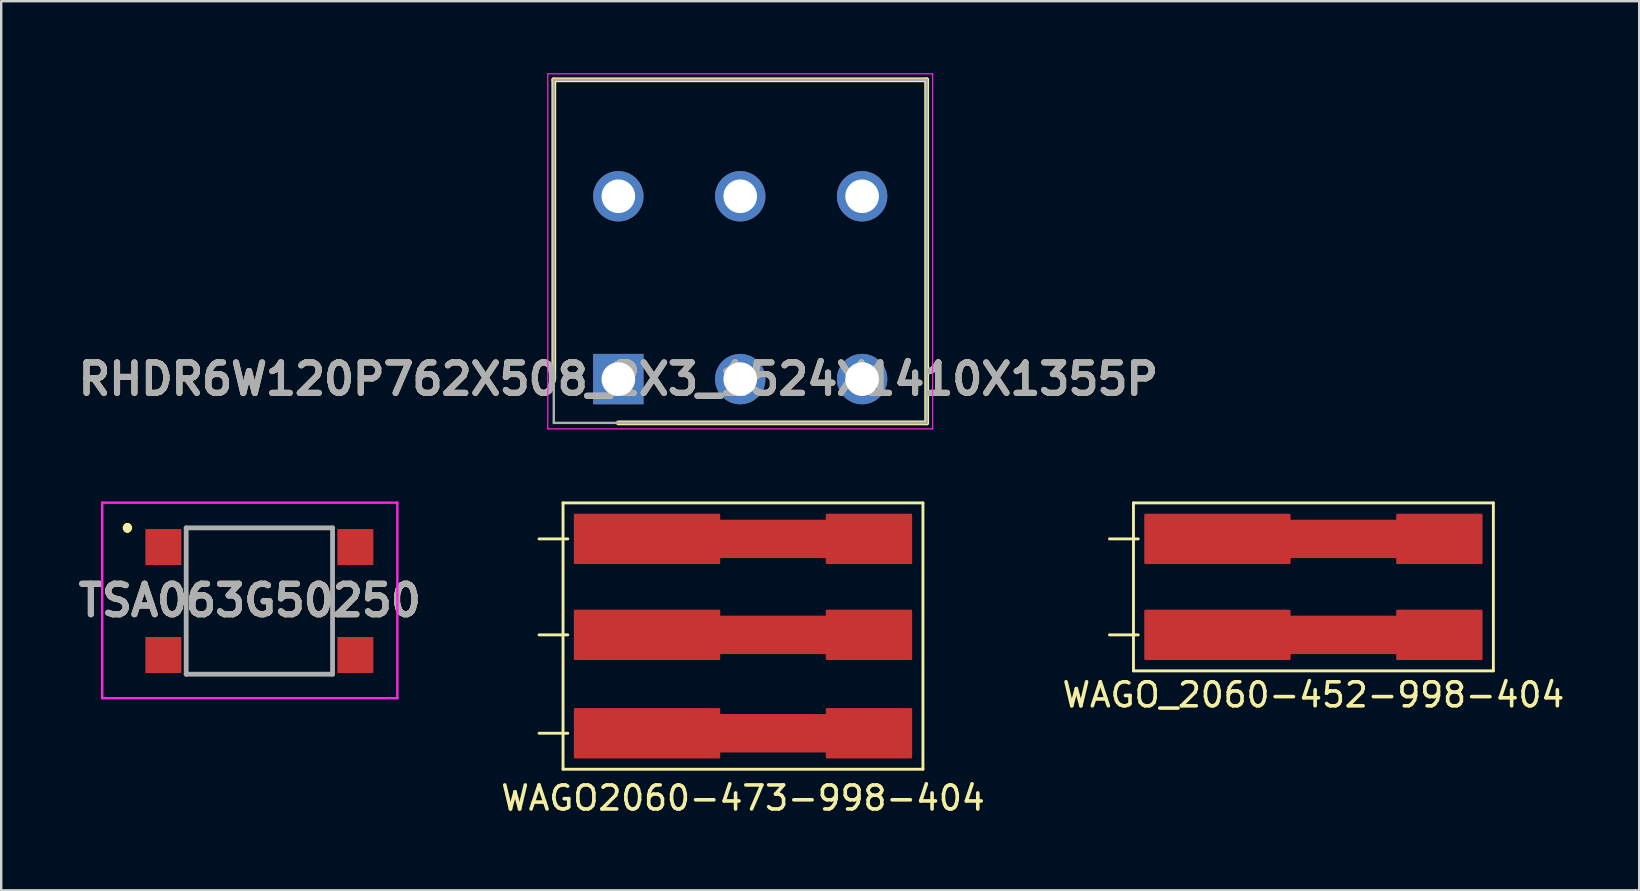
<source format=kicad_pcb>
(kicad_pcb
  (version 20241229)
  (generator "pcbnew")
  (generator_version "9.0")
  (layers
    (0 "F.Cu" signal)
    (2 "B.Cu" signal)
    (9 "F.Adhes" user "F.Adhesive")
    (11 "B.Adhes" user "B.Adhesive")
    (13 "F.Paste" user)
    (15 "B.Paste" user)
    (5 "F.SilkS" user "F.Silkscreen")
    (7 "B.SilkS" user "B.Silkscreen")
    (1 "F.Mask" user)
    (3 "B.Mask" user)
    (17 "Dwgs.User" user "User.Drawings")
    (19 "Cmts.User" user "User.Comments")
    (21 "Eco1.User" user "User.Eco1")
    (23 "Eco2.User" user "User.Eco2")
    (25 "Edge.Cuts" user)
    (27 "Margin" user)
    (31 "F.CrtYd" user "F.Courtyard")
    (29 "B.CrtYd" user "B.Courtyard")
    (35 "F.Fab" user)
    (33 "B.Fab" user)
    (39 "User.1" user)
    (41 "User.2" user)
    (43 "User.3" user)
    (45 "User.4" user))
  (footprint "WAGO2060-473-998-404"
    (layer "F.Cu")
    (at 27.916 23.41)
    (property "Reference" "WAGO2060-473-998-404" (at 0 6.8 0) (layer "F.SilkS") (effects (font (size 1 1) (thickness 0.15))))
    (attr smd)
    (fp_poly (pts (xy -7 -3) (xy -7 -5) (xy -1 -5) (xy -1 -3)) (stroke (width 0.1) (type solid)) (fill yes) (layer "F.Cu"))
    (fp_poly (pts (xy -7 -1) (xy -7 1) (xy -1 1) (xy -1 -1)) (stroke (width 0.1) (type solid)) (fill yes) (layer "F.Cu"))
    (fp_poly (pts (xy -7 3.1) (xy -7 5.1) (xy -1 5.1) (xy -1 3.1)) (stroke (width 0.1) (type solid)) (fill yes) (layer "F.Cu"))
    (fp_poly (pts (xy 3.5 -3.25) (xy -1 -3.25) (xy -1 -4.75) (xy 3.5 -4.75)) (stroke (width 0.1) (type solid)) (fill yes) (layer "F.Cu"))
    (fp_poly (pts (xy 3.5 -1) (xy 7 -1) (xy 7 1) (xy 3.5 1)) (stroke (width 0.1) (type solid)) (fill yes) (layer "F.Cu"))
    (fp_poly (pts (xy 3.5 -0.75) (xy -1 -0.75) (xy -1 0.75) (xy 3.5 0.75)) (stroke (width 0.1) (type solid)) (fill yes) (layer "F.Cu"))
    (fp_poly (pts (xy 3.5 3.1) (xy 7 3.1) (xy 7 5.1) (xy 3.5 5.1)) (stroke (width 0.1) (type solid)) (fill yes) (layer "F.Cu"))
    (fp_poly (pts (xy 3.5 3.35) (xy -1 3.35) (xy -1 4.85) (xy 3.5 4.85)) (stroke (width 0.1) (type solid)) (fill yes) (layer "F.Cu"))
    (fp_poly (pts (xy 7 -5) (xy 3.5 -5) (xy 3.5 -3) (xy 7 -3)) (stroke (width 0.1) (type solid)) (fill yes) (layer "F.Cu"))
    (fp_poly (pts (xy -7 -3) (xy -7 -5) (xy -1 -5) (xy -1 -3)) (stroke (width 0.1) (type solid)) (fill yes) (layer "F.Mask"))
    (fp_poly (pts (xy -7 -1) (xy -7 1) (xy -1 1) (xy -1 -1)) (stroke (width 0.1) (type solid)) (fill yes) (layer "F.Mask"))
    (fp_poly (pts (xy -7 3.1) (xy -7 5.1) (xy -1 5.1) (xy -1 3.1)) (stroke (width 0.1) (type solid)) (fill yes) (layer "F.Mask"))
    (fp_poly (pts (xy 3.5 -1) (xy 7 -1) (xy 7 1) (xy 3.5 1)) (stroke (width 0.1) (type solid)) (fill yes) (layer "F.Mask"))
    (fp_poly (pts (xy 3.5 3.1) (xy 7 3.1) (xy 7 5.1) (xy 3.5 5.1)) (stroke (width 0.1) (type solid)) (fill yes) (layer "F.Mask"))
    (fp_poly (pts (xy 7 -5) (xy 3.5 -5) (xy 3.5 -3) (xy 7 -3)) (stroke (width 0.1) (type solid)) (fill yes) (layer "F.Mask"))
    (fp_line (start -7.5 -5.5) (end 7.5 -5.5) (stroke (width 0.12) (type solid)) (layer "F.SilkS"))
    (fp_line (start -7.5 5.6) (end -7.5 -5.5) (stroke (width 0.12) (type solid)) (layer "F.SilkS"))
    (fp_line (start -7.3 -4) (end -8.5 -4) (stroke (width 0.12) (type solid)) (layer "F.SilkS"))
    (fp_line (start -7.3 0) (end -8.5 0) (stroke (width 0.12) (type solid)) (layer "F.SilkS"))
    (fp_line (start -7.3 4.1) (end -8.5 4.1) (stroke (width 0.12) (type solid)) (layer "F.SilkS"))
    (fp_line (start 7.5 -5.5) (end 7.5 5.6) (stroke (width 0.12) (type solid)) (layer "F.SilkS"))
    (fp_line (start 7.5 5.6) (end -7.5 5.6) (stroke (width 0.12) (type solid)) (layer "F.SilkS"))
    (fp_poly (pts (xy -6.8 -4.8) (xy -1.2 -4.8) (xy -1.2 -3.2) (xy -6.8 -3.2)) (stroke (width 0.1) (type solid)) (fill yes) (layer "F.Paste"))
    (fp_poly (pts (xy -6.8 -0.8) (xy -6.8 0.8) (xy -1.2 0.8) (xy -1.2 -0.8)) (stroke (width 0.1) (type solid)) (fill yes) (layer "F.Paste"))
    (fp_poly (pts (xy -6.8 3.3) (xy -6.8 4.9) (xy -1.2 4.9) (xy -1.2 3.3)) (stroke (width 0.1) (type solid)) (fill yes) (layer "F.Paste"))
    (fp_poly (pts (xy 3.7 -0.8) (xy 6.8 -0.8) (xy 6.8 0.8) (xy 3.7 0.8)) (stroke (width 0.1) (type solid)) (fill yes) (layer "F.Paste"))
    (fp_poly (pts (xy 3.7 3.3) (xy 6.8 3.3) (xy 6.8 4.9) (xy 3.7 4.9)) (stroke (width 0.1) (type solid)) (fill yes) (layer "F.Paste"))
    (fp_poly (pts (xy 6.8 -4.8) (xy 3.7 -4.8) (xy 3.7 -3.2) (xy 6.8 -3.2)) (stroke (width 0.1) (type solid)) (fill yes) (layer "F.Paste"))
    (pad "1" smd circle (at 5.25 4.1) (size 1.524 1.524) (layers "F.Cu" "F.Mask" "F.Paste"))
    (pad "2" smd circle (at 5.25 0) (size 1.524 1.524) (layers "F.Cu" "F.Mask" "F.Paste"))
    (pad "3" smd circle (at 5.2 -4) (size 1.524 1.524) (layers "F.Cu" "F.Mask" "F.Paste")))
  (footprint "RHDR6W120P762X508_2X3_1524X1410X1355P"
    (layer "F.Cu")
    (at 22.721 12.75)
    (property "Reference" "RHDR6W120P762X508_2X3_1524X1410X1355P" (at 0 0 0) (layer "F.SilkS") (effects (font (size 1.27 1.27) (thickness 0.254))))
    (attr through_hole)
    (fp_line (start -2.69 -12.475) (end -2.69 0) (stroke (width 0.2) (type solid)) (layer "F.SilkS"))
    (fp_line (start 0 1.825) (end 12.85 1.825) (stroke (width 0.2) (type solid)) (layer "F.SilkS"))
    (fp_line (start 12.85 -12.475) (end -2.69 -12.475) (stroke (width 0.2) (type solid)) (layer "F.SilkS"))
    (fp_line (start 12.85 1.825) (end 12.85 -12.475) (stroke (width 0.2) (type solid)) (layer "F.SilkS"))
    (fp_line (start -2.94 -12.725) (end 13.1 -12.725) (stroke (width 0.05) (type solid)) (layer "F.CrtYd"))
    (fp_line (start -2.94 2.075) (end -2.94 -12.725) (stroke (width 0.05) (type solid)) (layer "F.CrtYd"))
    (fp_line (start 13.1 -12.725) (end 13.1 2.075) (stroke (width 0.05) (type solid)) (layer "F.CrtYd"))
    (fp_line (start 13.1 2.075) (end -2.94 2.075) (stroke (width 0.05) (type solid)) (layer "F.CrtYd"))
    (fp_line (start -2.69 -12.475) (end 12.85 -12.475) (stroke (width 0.1) (type solid)) (layer "F.Fab"))
    (fp_line (start -2.69 1.825) (end -2.69 -12.475) (stroke (width 0.1) (type solid)) (layer "F.Fab"))
    (fp_line (start 12.85 -12.475) (end 12.85 1.825) (stroke (width 0.1) (type solid)) (layer "F.Fab"))
    (fp_line (start 12.85 1.825) (end -2.69 1.825) (stroke (width 0.1) (type solid)) (layer "F.Fab"))
    (fp_text user "${REFERENCE}" (at 0 0 0) (layer "F.Fab") (effects (font (size 1.27 1.27) (thickness 0.254))))
    (pad "1" thru_hole rect (at 0 0) (size 2.1 2.1) (drill 1.4) (layers "*.Cu" "*.Mask"))
    (pad "2" thru_hole circle (at 0 -7.62) (size 2.1 2.1) (drill 1.4) (layers "*.Cu" "*.Mask"))
    (pad "3" thru_hole circle (at 5.08 0) (size 2.1 2.1) (drill 1.4) (layers "*.Cu" "*.Mask"))
    (pad "4" thru_hole circle (at 5.08 -7.62) (size 2.1 2.1) (drill 1.4) (layers "*.Cu" "*.Mask"))
    (pad "5" thru_hole circle (at 10.16 0) (size 2.1 2.1) (drill 1.4) (layers "*.Cu" "*.Mask"))
    (pad "6" thru_hole circle (at 10.16 -7.62) (size 2.1 2.1) (drill 1.4) (layers "*.Cu" "*.Mask")))
  (footprint "WAGO_2060-452-998-404"
    (layer "F.Cu")
    (at 51.69 21.41)
    (property "Reference" "WAGO_2060-452-998-404" (at 0 4.5 0) (layer "F.SilkS") (effects (font (size 1 1) (thickness 0.15))))
    (attr smd)
    (fp_poly (pts (xy -7 -1) (xy -7 -3) (xy -1 -3) (xy -1 -1)) (stroke (width 0.1) (type solid)) (fill yes) (layer "F.Cu"))
    (fp_poly (pts (xy -7 1) (xy -7 3) (xy -1 3) (xy -1 1)) (stroke (width 0.1) (type solid)) (fill yes) (layer "F.Cu"))
    (fp_poly (pts (xy 3.5 -1.25) (xy -1 -1.25) (xy -1 -2.75) (xy 3.5 -2.75)) (stroke (width 0.1) (type solid)) (fill yes) (layer "F.Cu"))
    (fp_poly (pts (xy 3.5 1) (xy 7 1) (xy 7 3) (xy 3.5 3)) (stroke (width 0.1) (type solid)) (fill yes) (layer "F.Cu"))
    (fp_poly (pts (xy 3.5 1.25) (xy -1 1.25) (xy -1 2.75) (xy 3.5 2.75)) (stroke (width 0.1) (type solid)) (fill yes) (layer "F.Cu"))
    (fp_poly (pts (xy 7 -3) (xy 3.5 -3) (xy 3.5 -1) (xy 7 -1)) (stroke (width 0.1) (type solid)) (fill yes) (layer "F.Cu"))
    (fp_poly (pts (xy -7 -1) (xy -7 -3) (xy -1 -3) (xy -1 -1)) (stroke (width 0.1) (type solid)) (fill yes) (layer "F.Mask"))
    (fp_poly (pts (xy -7 1) (xy -7 3) (xy -1 3) (xy -1 1)) (stroke (width 0.1) (type solid)) (fill yes) (layer "F.Mask"))
    (fp_poly (pts (xy 3.5 1) (xy 7 1) (xy 7 3) (xy 3.5 3)) (stroke (width 0.1) (type solid)) (fill yes) (layer "F.Mask"))
    (fp_poly (pts (xy 7 -3) (xy 3.5 -3) (xy 3.5 -1) (xy 7 -1)) (stroke (width 0.1) (type solid)) (fill yes) (layer "F.Mask"))
    (fp_line (start -7.5 -3.5) (end 7.5 -3.5) (stroke (width 0.12) (type solid)) (layer "F.SilkS"))
    (fp_line (start -7.5 3.5) (end -7.5 -3.5) (stroke (width 0.12) (type solid)) (layer "F.SilkS"))
    (fp_line (start -7.3 -2) (end -8.5 -2) (stroke (width 0.12) (type solid)) (layer "F.SilkS"))
    (fp_line (start -7.3 2) (end -8.5 2) (stroke (width 0.12) (type solid)) (layer "F.SilkS"))
    (fp_line (start 7.5 -3.5) (end 7.5 3.5) (stroke (width 0.12) (type solid)) (layer "F.SilkS"))
    (fp_line (start 7.5 3.5) (end -7.5 3.5) (stroke (width 0.12) (type solid)) (layer "F.SilkS"))
    (fp_poly (pts (xy -6.8 -2.8) (xy -1.2 -2.8) (xy -1.2 -1.2) (xy -6.8 -1.2)) (stroke (width 0.1) (type solid)) (fill yes) (layer "F.Paste"))
    (fp_poly (pts (xy -6.8 1.2) (xy -6.8 2.8) (xy -1.2 2.8) (xy -1.2 1.2)) (stroke (width 0.1) (type solid)) (fill yes) (layer "F.Paste"))
    (fp_poly (pts (xy 3.7 1.2) (xy 6.8 1.2) (xy 6.8 2.8) (xy 3.7 2.8)) (stroke (width 0.1) (type solid)) (fill yes) (layer "F.Paste"))
    (fp_poly (pts (xy 6.8 -2.8) (xy 3.7 -2.8) (xy 3.7 -1.2) (xy 6.8 -1.2)) (stroke (width 0.1) (type solid)) (fill yes) (layer "F.Paste"))
    (pad "1" smd circle (at 5.25 -2) (size 1.524 1.524) (layers "F.Cu" "F.Mask" "F.Paste"))
    (pad "2" smd circle (at 5.25 2) (size 1.524 1.524) (layers "F.Cu" "F.Mask" "F.Paste")))
  (footprint "TSA063G50250"
    (layer "F.Cu")
    (at 7.76 22)
    (property "Reference" "TSA063G50250" (at -0.4 -0.025 0) (layer "F.SilkS") (effects (font (size 1.27 1.27) (thickness 0.254))))
    (attr smd)
    (fp_line (start -5.5 -3.1) (end -5.5 -3.1) (stroke (width 0.3) (type solid)) (layer "F.SilkS"))
    (fp_line (start -5.5 -3) (end -5.5 -3) (stroke (width 0.3) (type solid)) (layer "F.SilkS"))
    (fp_line (start -3.05 -3.05) (end 3.05 -3.05) (stroke (width 0.1) (type solid)) (layer "F.SilkS"))
    (fp_line (start -3.05 3.05) (end -3.05 -3.05) (stroke (width 0.1) (type solid)) (layer "F.SilkS"))
    (fp_line (start 3.05 -3.05) (end 3.05 3.05) (stroke (width 0.1) (type solid)) (layer "F.SilkS"))
    (fp_line (start 3.05 3.05) (end -3.05 3.05) (stroke (width 0.1) (type solid)) (layer "F.SilkS"))
    (fp_arc (start -5.5 -3.1) (mid -5.45 -3.05) (end -5.5 -3) (stroke (width 0.3) (type solid)) (layer "F.SilkS"))
    (fp_arc (start -5.5 -3) (mid -5.55 -3.05) (end -5.5 -3.1) (stroke (width 0.3) (type solid)) (layer "F.SilkS"))
    (fp_line (start -6.55 -4.1) (end 5.75 -4.1) (stroke (width 0.1) (type solid)) (layer "F.CrtYd"))
    (fp_line (start -6.55 4.05) (end -6.55 -4.1) (stroke (width 0.1) (type solid)) (layer "F.CrtYd"))
    (fp_line (start 5.75 -4.1) (end 5.75 4.05) (stroke (width 0.1) (type solid)) (layer "F.CrtYd"))
    (fp_line (start 5.75 4.05) (end -6.55 4.05) (stroke (width 0.1) (type solid)) (layer "F.CrtYd"))
    (fp_line (start -3.05 -3.05) (end 3.05 -3.05) (stroke (width 0.2) (type solid)) (layer "F.Fab"))
    (fp_line (start -3.05 3.05) (end -3.05 -3.05) (stroke (width 0.2) (type solid)) (layer "F.Fab"))
    (fp_line (start 3.05 -3.05) (end 3.05 3.05) (stroke (width 0.2) (type solid)) (layer "F.Fab"))
    (fp_line (start 3.05 3.05) (end -3.05 3.05) (stroke (width 0.2) (type solid)) (layer "F.Fab"))
    (fp_text user "${REFERENCE}" (at -0.4 -0.025 0) (layer "F.Fab") (effects (font (size 1.27 1.27) (thickness 0.254))))
    (pad "1" smd rect (at -4 -2.25 90) (size 1.5 1.5) (layers "F.Cu" "F.Mask" "F.Paste"))
    (pad "2" smd rect (at 4 -2.25 90) (size 1.5 1.5) (layers "F.Cu" "F.Mask" "F.Paste"))
    (pad "3" smd rect (at -4 2.25 90) (size 1.5 1.5) (layers "F.Cu" "F.Mask" "F.Paste"))
    (pad "4" smd rect (at 4 2.25 90) (size 1.5 1.5) (layers "F.Cu" "F.Mask" "F.Paste")))
  (gr_rect
    (start -3 -3)
    (end 65.268 34.058)
    (stroke (width 0.1) (type default))
    (fill no)
    (layer "Edge.Cuts")))
</source>
